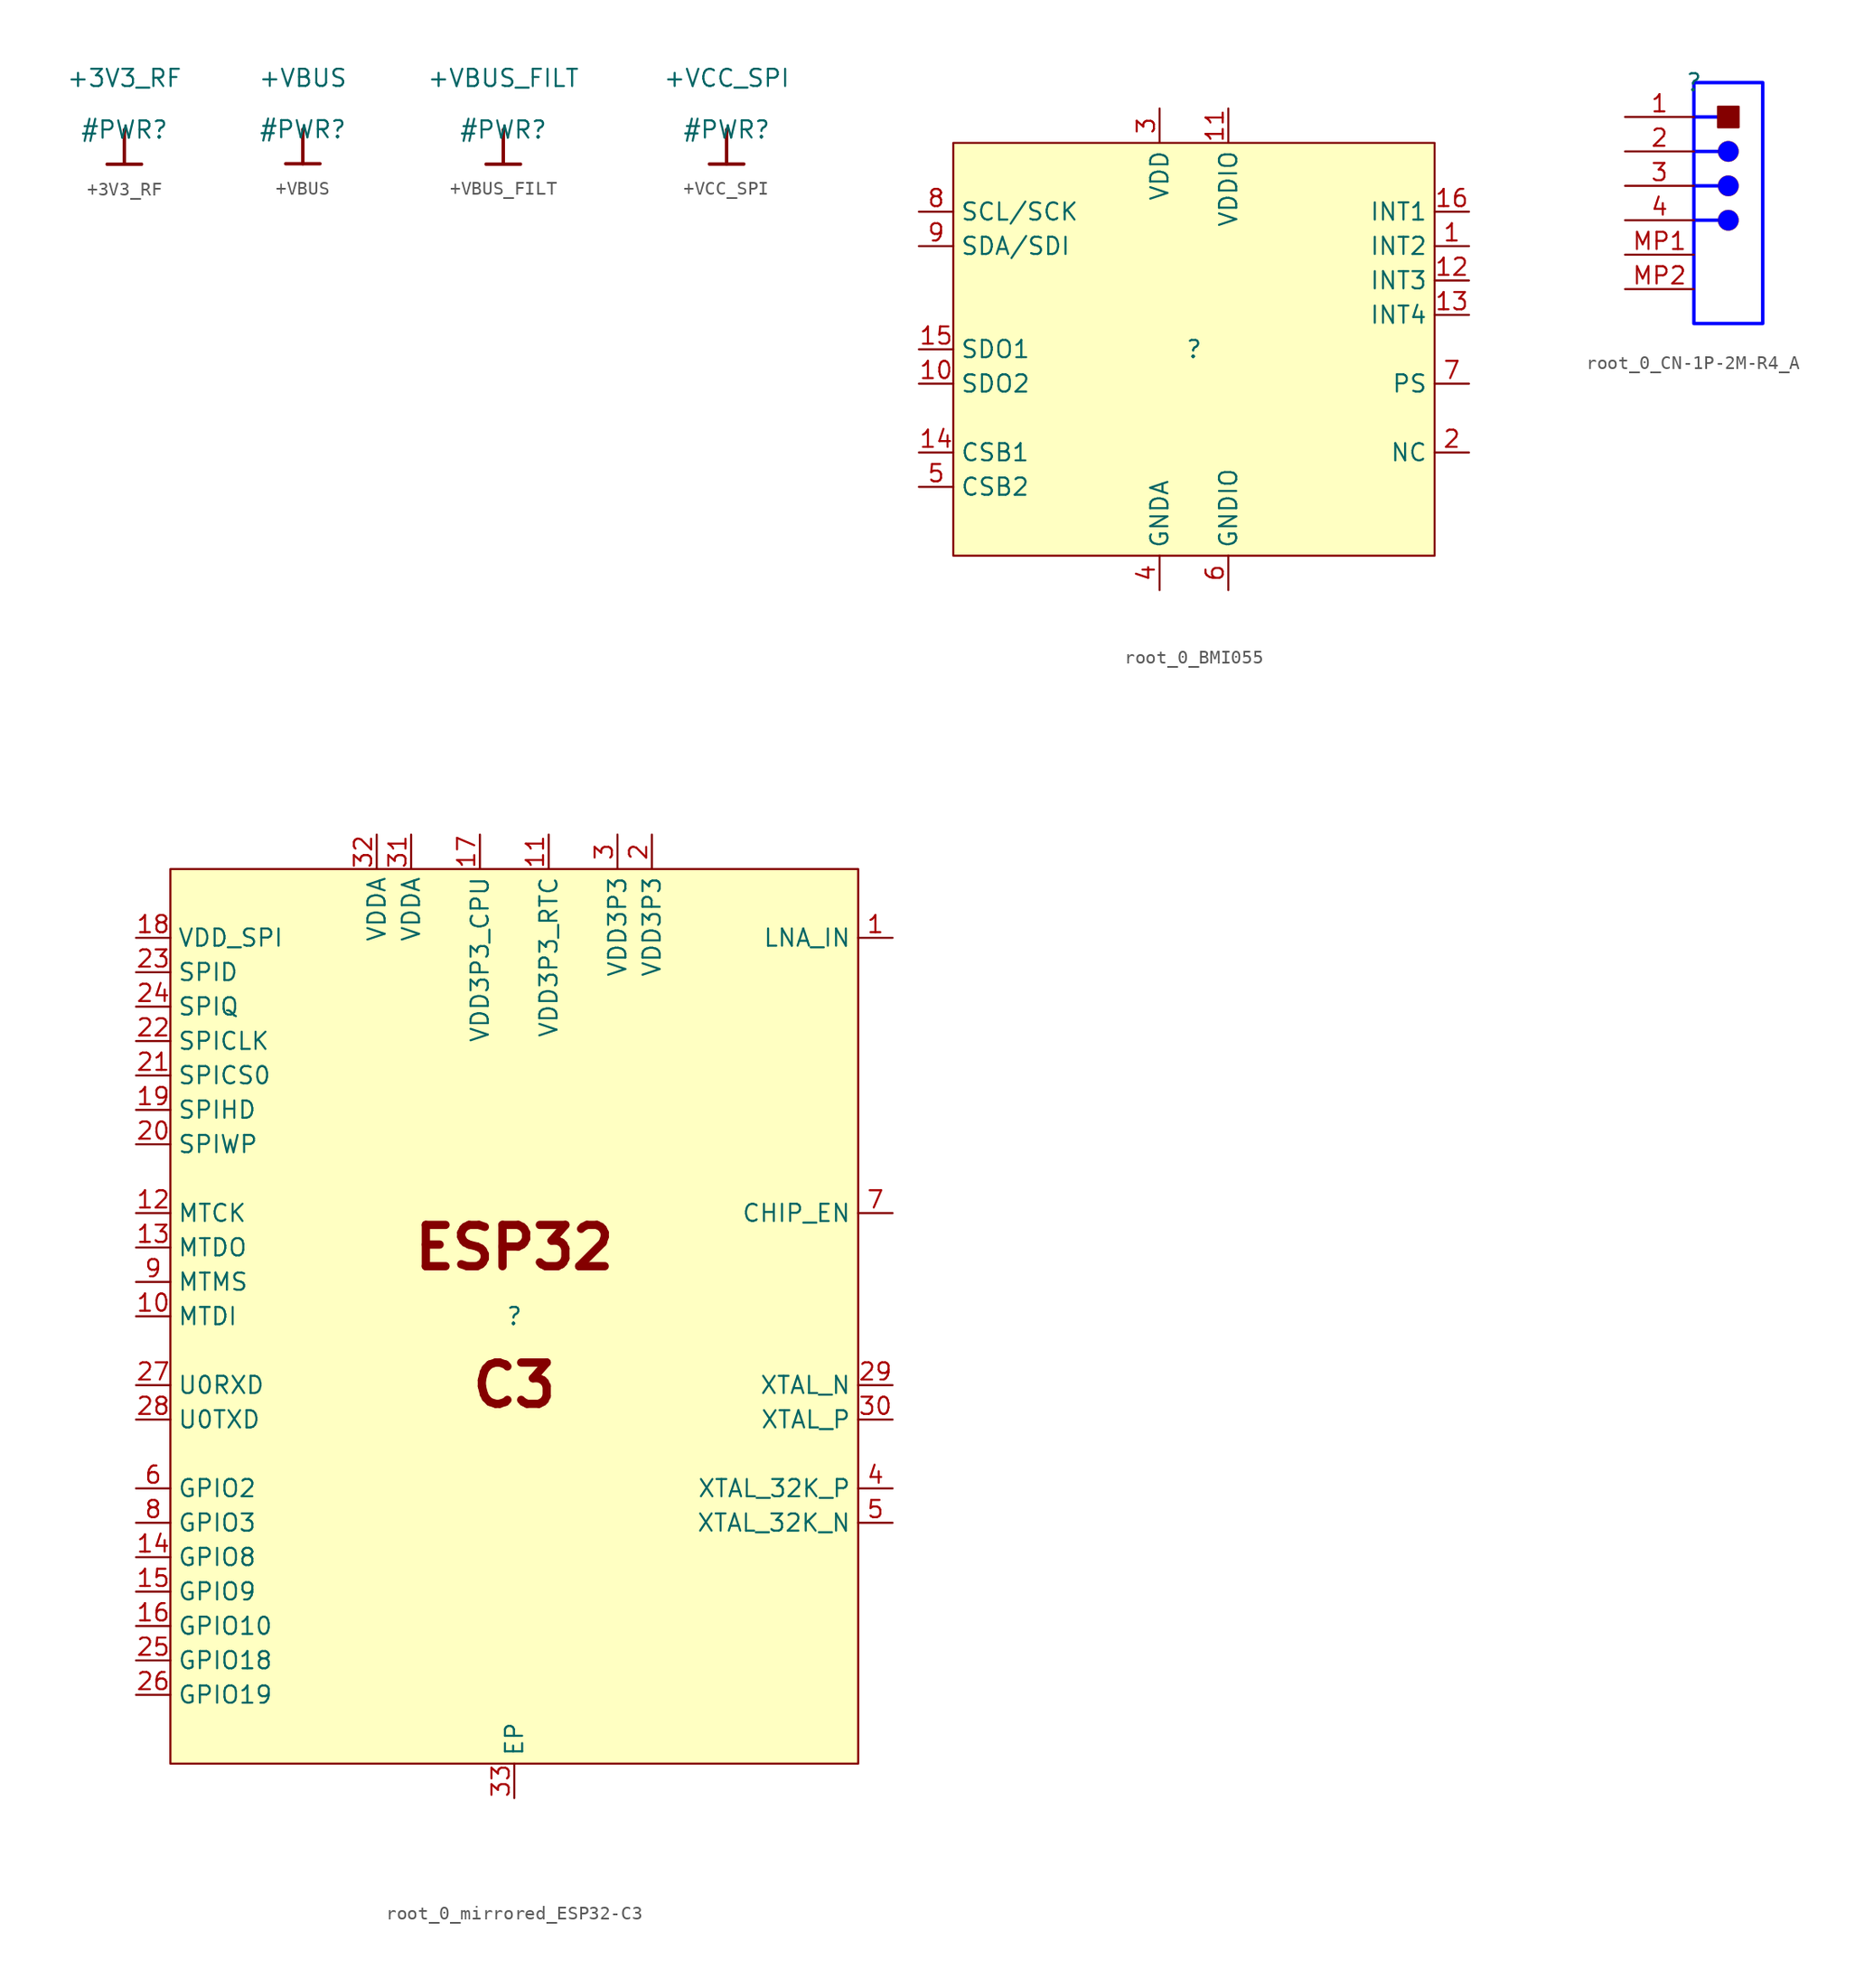
<source format=kicad_sym>
(kicad_symbol_lib
  (version 20220914)
  (generator kicad_symbol_editor)
  (symbol "+3V3_RF"
    (power)
    (property "Reference" "#PWR"
      (at 0 0 0)
      (effects (font (size 1.27 1.27))))
    (property "Value" "+3V3_RF"
      (at 0 3.81 0)
      (effects (font (size 1.27 1.27))))
    (symbol "+3V3_RF_0_0"
      (polyline (pts (xy -1.27 -2.54) (xy 1.27 -2.54)) (stroke (width 0.254) (type solid)) (fill (type none)))
      (polyline (pts (xy 0 0) (xy 0 -2.54)) (stroke (width 0.254) (type solid)) (fill (type none)))
      (pin power_in line (at 0 0 0) (length 0) hide (name "+3V3_RF" (effects (font (size 1.27 1.27)))) (number "" (effects (font (size 1.27 1.27)))))))
  (symbol "+VBUS"
    (power)
    (property "Reference" "#PWR"
      (at 0 0 0)
      (effects (font (size 1.27 1.27))))
    (property "Value" "+VBUS"
      (at 0 3.81 0)
      (effects (font (size 1.27 1.27))))
    (symbol "+VBUS_0_0"
      (polyline (pts (xy -1.27 -2.54) (xy 1.27 -2.54)) (stroke (width 0.254) (type solid)) (fill (type none)))
      (polyline (pts (xy 0 0) (xy 0 -2.54)) (stroke (width 0.254) (type solid)) (fill (type none)))
      (pin power_in line (at 0 0 0) (length 0) hide (name "+VBUS" (effects (font (size 1.27 1.27)))) (number "" (effects (font (size 1.27 1.27)))))))
  (symbol "+VBUS_FILT"
    (power)
    (property "Reference" "#PWR"
      (at 0 0 0)
      (effects (font (size 1.27 1.27))))
    (property "Value" "+VBUS_FILT"
      (at 0 3.81 0)
      (effects (font (size 1.27 1.27))))
    (symbol "+VBUS_FILT_0_0"
      (polyline (pts (xy -1.27 -2.54) (xy 1.27 -2.54)) (stroke (width 0.254) (type solid)) (fill (type none)))
      (polyline (pts (xy 0 0) (xy 0 -2.54)) (stroke (width 0.254) (type solid)) (fill (type none)))
      (pin power_in line (at 0 0 0) (length 0) hide (name "+VBUS_FILT" (effects (font (size 1.27 1.27)))) (number "" (effects (font (size 1.27 1.27)))))))
  (symbol "+VCC_SPI"
    (power)
    (property "Reference" "#PWR"
      (at 0 0 0)
      (effects (font (size 1.27 1.27))))
    (property "Value" "+VCC_SPI"
      (at 0 3.81 0)
      (effects (font (size 1.27 1.27))))
    (symbol "+VCC_SPI_0_0"
      (polyline (pts (xy -1.27 -2.54) (xy 1.27 -2.54)) (stroke (width 0.254) (type solid)) (fill (type none)))
      (polyline (pts (xy 0 0) (xy 0 -2.54)) (stroke (width 0.254) (type solid)) (fill (type none)))
      (pin power_in line (at 0 0 0) (length 0) hide (name "+VCC_SPI" (effects (font (size 1.27 1.27)))) (number "" (effects (font (size 1.27 1.27)))))))
  (symbol "root_0_BMI055"
    (property "Reference" ""
      (at 0 0 0)
      (effects (font (size 1.27 1.27))))
    (property "Value" ""
      (at 0 0 0)
      (effects (font (size 1.27 1.27))))
    (symbol "root_0_BMI055_1_0"
      (rectangle (start 17.78 15.24) (end -17.78 -15.24) (stroke (width 0) (type solid)) (fill (type background)))
      (pin bidirectional line (at 20.32 7.62 180) (length 2.54) (name "INT2" (effects (font (size 1.27 1.27)))) (number "1" (effects (font (size 1.27 1.27)))))
      (pin output line (at -20.32 -2.54 0) (length 2.54) (name "SDO2" (effects (font (size 1.27 1.27)))) (number "10" (effects (font (size 1.27 1.27)))))
      (pin power_in line (at 2.54 17.78 270) (length 2.54) (name "VDDIO" (effects (font (size 1.27 1.27)))) (number "11" (effects (font (size 1.27 1.27)))))
      (pin bidirectional line (at 20.32 5.08 180) (length 2.54) (name "INT3" (effects (font (size 1.27 1.27)))) (number "12" (effects (font (size 1.27 1.27)))))
      (pin bidirectional line (at 20.32 2.54 180) (length 2.54) (name "INT4" (effects (font (size 1.27 1.27)))) (number "13" (effects (font (size 1.27 1.27)))))
      (pin input line (at -20.32 -7.62 0) (length 2.54) (name "CSB1" (effects (font (size 1.27 1.27)))) (number "14" (effects (font (size 1.27 1.27)))))
      (pin output line (at -20.32 0 0) (length 2.54) (name "SDO1" (effects (font (size 1.27 1.27)))) (number "15" (effects (font (size 1.27 1.27)))))
      (pin bidirectional line (at 20.32 10.16 180) (length 2.54) (name "INT1" (effects (font (size 1.27 1.27)))) (number "16" (effects (font (size 1.27 1.27)))))
      (pin passive line (at 20.32 -7.62 180) (length 2.54) (name "NC" (effects (font (size 1.27 1.27)))) (number "2" (effects (font (size 1.27 1.27)))))
      (pin power_in line (at -2.54 17.78 270) (length 2.54) (name "VDD" (effects (font (size 1.27 1.27)))) (number "3" (effects (font (size 1.27 1.27)))))
      (pin power_in line (at -2.54 -17.78 90) (length 2.54) (name "GNDA" (effects (font (size 1.27 1.27)))) (number "4" (effects (font (size 1.27 1.27)))))
      (pin input line (at -20.32 -10.16 0) (length 2.54) (name "CSB2" (effects (font (size 1.27 1.27)))) (number "5" (effects (font (size 1.27 1.27)))))
      (pin power_in line (at 2.54 -17.78 90) (length 2.54) (name "GNDIO" (effects (font (size 1.27 1.27)))) (number "6" (effects (font (size 1.27 1.27)))))
      (pin input line (at 20.32 -2.54 180) (length 2.54) (name "PS" (effects (font (size 1.27 1.27)))) (number "7" (effects (font (size 1.27 1.27)))))
      (pin input line (at -20.32 10.16 0) (length 2.54) (name "SCL/SCK" (effects (font (size 1.27 1.27)))) (number "8" (effects (font (size 1.27 1.27)))))
      (pin bidirectional line (at -20.32 7.62 0) (length 2.54) (name "SDA/SDI" (effects (font (size 1.27 1.27)))) (number "9" (effects (font (size 1.27 1.27)))))))
  (symbol "root_0_CN-1P-2M-R4_A"
    (property "Reference" ""
      (at 0 0 0)
      (effects (font (size 1.27 1.27))))
    (property "Value" ""
      (at 0 0 0)
      (effects (font (size 1.27 1.27))))
    (symbol "root_0_CN-1P-2M-R4_A_1_0"
      (polyline (pts (xy 0 -10.16) (xy 1.778 -10.16)) (stroke (width 0.254) (type solid) (color 0 0 255 1)) (fill (type none)))
      (polyline (pts (xy 0 -7.62) (xy 1.778 -7.62)) (stroke (width 0.254) (type solid) (color 0 0 255 1)) (fill (type none)))
      (polyline (pts (xy 0 -5.08) (xy 1.778 -5.08)) (stroke (width 0.254) (type solid) (color 0 0 255 1)) (fill (type none)))
      (polyline (pts (xy 0 -2.54) (xy 1.778 -2.54)) (stroke (width 0.254) (type solid) (color 0 0 255 1)) (fill (type none)))
      (polyline (pts (xy 0 0) (xy 5.08 0) (xy 5.08 -17.78) (xy 0 -17.78) (xy 0 0)) (stroke (width 0.254) (type solid) (color 0 0 255 1)) (fill (type none)))
      (circle (center 2.54 -10.16) (radius 0.762) (stroke (width 0.0001) (type solid)) (fill (type color) (color 0 0 255 1)))
      (circle (center 2.54 -7.62) (radius 0.762) (stroke (width 0.0001) (type solid)) (fill (type color) (color 0 0 255 1)))
      (circle (center 2.54 -5.08) (radius 0.762) (stroke (width 0.0001) (type solid)) (fill (type color) (color 0 0 255 1)))
      (rectangle (start 3.302 -1.778) (end 1.778 -3.302) (stroke (width 0) (type solid)) (fill (type outline)))
      (pin passive line (at -5.08 -2.54 0) (length 5.08) (name "1" (effects (font (size 0 0)))) (number "1" (effects (font (size 1.27 1.27)))))
      (pin passive line (at -5.08 -5.08 0) (length 5.08) (name "2" (effects (font (size 0 0)))) (number "2" (effects (font (size 1.27 1.27)))))
      (pin passive line (at -5.08 -7.62 0) (length 5.08) (name "3" (effects (font (size 0 0)))) (number "3" (effects (font (size 1.27 1.27)))))
      (pin passive line (at -5.08 -10.16 0) (length 5.08) (name "4" (effects (font (size 0 0)))) (number "4" (effects (font (size 1.27 1.27)))))
      (pin passive line (at -5.08 -12.7 0) (length 5.08) (name "MP1" (effects (font (size 0 0)))) (number "MP1" (effects (font (size 1.27 1.27)))))
      (pin passive line (at -5.08 -15.24 0) (length 5.08) (name "MP2" (effects (font (size 0 0)))) (number "MP2" (effects (font (size 1.27 1.27)))))))
  (symbol "root_0_mirrored_ESP32-C3"
    (property "Reference" ""
      (at 0 0 0)
      (effects (font (size 1.27 1.27))))
    (property "Value" ""
      (at 0 0 0)
      (effects (font (size 1.27 1.27))))
    (symbol "root_0_mirrored_ESP32-C3_1_0"
      (rectangle (start 25.4 33.02) (end -25.4 -33.02) (stroke (width 0) (type solid)) (fill (type background)))
      (text "C3" (at 0 -5.08 0) (effects (font (size 3.048 3.048) bold)))
      (text "ESP32" (at 0 5.08 0) (effects (font (size 3.048 3.048) bold)))
      (pin bidirectional line (at 27.94 27.94 180) (length 2.54) (name "LNA_IN" (effects (font (size 1.27 1.27)))) (number "1" (effects (font (size 1.27 1.27)))))
      (pin bidirectional line (at -27.94 0 0) (length 2.54) (name "MTDI" (effects (font (size 1.27 1.27)))) (number "10" (effects (font (size 1.27 1.27)))))
      (pin power_in line (at 2.54 35.56 270) (length 2.54) (name "VDD3P3_RTC" (effects (font (size 1.27 1.27)))) (number "11" (effects (font (size 1.27 1.27)))))
      (pin bidirectional line (at -27.94 7.62 0) (length 2.54) (name "MTCK" (effects (font (size 1.27 1.27)))) (number "12" (effects (font (size 1.27 1.27)))))
      (pin bidirectional line (at -27.94 5.08 0) (length 2.54) (name "MTDO" (effects (font (size 1.27 1.27)))) (number "13" (effects (font (size 1.27 1.27)))))
      (pin bidirectional line (at -27.94 -17.78 0) (length 2.54) (name "GPIO8" (effects (font (size 1.27 1.27)))) (number "14" (effects (font (size 1.27 1.27)))))
      (pin bidirectional line (at -27.94 -20.32 0) (length 2.54) (name "GPIO9" (effects (font (size 1.27 1.27)))) (number "15" (effects (font (size 1.27 1.27)))))
      (pin bidirectional line (at -27.94 -22.86 0) (length 2.54) (name "GPIO10" (effects (font (size 1.27 1.27)))) (number "16" (effects (font (size 1.27 1.27)))))
      (pin power_in line (at -2.54 35.56 270) (length 2.54) (name "VDD3P3_CPU" (effects (font (size 1.27 1.27)))) (number "17" (effects (font (size 1.27 1.27)))))
      (pin power_in line (at -27.94 27.94 0) (length 2.54) (name "VDD_SPI" (effects (font (size 1.27 1.27)))) (number "18" (effects (font (size 1.27 1.27)))))
      (pin bidirectional line (at -27.94 15.24 0) (length 2.54) (name "SPIHD" (effects (font (size 1.27 1.27)))) (number "19" (effects (font (size 1.27 1.27)))))
      (pin power_in line (at 10.16 35.56 270) (length 2.54) (name "VDD3P3" (effects (font (size 1.27 1.27)))) (number "2" (effects (font (size 1.27 1.27)))))
      (pin bidirectional line (at -27.94 12.7 0) (length 2.54) (name "SPIWP" (effects (font (size 1.27 1.27)))) (number "20" (effects (font (size 1.27 1.27)))))
      (pin bidirectional line (at -27.94 17.78 0) (length 2.54) (name "SPICS0" (effects (font (size 1.27 1.27)))) (number "21" (effects (font (size 1.27 1.27)))))
      (pin bidirectional line (at -27.94 20.32 0) (length 2.54) (name "SPICLK" (effects (font (size 1.27 1.27)))) (number "22" (effects (font (size 1.27 1.27)))))
      (pin bidirectional line (at -27.94 25.4 0) (length 2.54) (name "SPID" (effects (font (size 1.27 1.27)))) (number "23" (effects (font (size 1.27 1.27)))))
      (pin bidirectional line (at -27.94 22.86 0) (length 2.54) (name "SPIQ" (effects (font (size 1.27 1.27)))) (number "24" (effects (font (size 1.27 1.27)))))
      (pin bidirectional line (at -27.94 -25.4 0) (length 2.54) (name "GPIO18" (effects (font (size 1.27 1.27)))) (number "25" (effects (font (size 1.27 1.27)))))
      (pin bidirectional line (at -27.94 -27.94 0) (length 2.54) (name "GPIO19" (effects (font (size 1.27 1.27)))) (number "26" (effects (font (size 1.27 1.27)))))
      (pin bidirectional line (at -27.94 -5.08 0) (length 2.54) (name "U0RXD" (effects (font (size 1.27 1.27)))) (number "27" (effects (font (size 1.27 1.27)))))
      (pin bidirectional line (at -27.94 -7.62 0) (length 2.54) (name "U0TXD" (effects (font (size 1.27 1.27)))) (number "28" (effects (font (size 1.27 1.27)))))
      (pin input line (at 27.94 -5.08 180) (length 2.54) (name "XTAL_N" (effects (font (size 1.27 1.27)))) (number "29" (effects (font (size 1.27 1.27)))))
      (pin power_in line (at 7.62 35.56 270) (length 2.54) (name "VDD3P3" (effects (font (size 1.27 1.27)))) (number "3" (effects (font (size 1.27 1.27)))))
      (pin input line (at 27.94 -7.62 180) (length 2.54) (name "XTAL_P" (effects (font (size 1.27 1.27)))) (number "30" (effects (font (size 1.27 1.27)))))
      (pin power_in line (at -7.62 35.56 270) (length 2.54) (name "VDDA" (effects (font (size 1.27 1.27)))) (number "31" (effects (font (size 1.27 1.27)))))
      (pin power_in line (at -10.16 35.56 270) (length 2.54) (name "VDDA" (effects (font (size 1.27 1.27)))) (number "32" (effects (font (size 1.27 1.27)))))
      (pin power_in line (at 0 -35.56 90) (length 2.54) (name "EP" (effects (font (size 1.27 1.27)))) (number "33" (effects (font (size 1.27 1.27)))))
      (pin bidirectional line (at 27.94 -12.7 180) (length 2.54) (name "XTAL_32K_P" (effects (font (size 1.27 1.27)))) (number "4" (effects (font (size 1.27 1.27)))))
      (pin bidirectional line (at 27.94 -15.24 180) (length 2.54) (name "XTAL_32K_N" (effects (font (size 1.27 1.27)))) (number "5" (effects (font (size 1.27 1.27)))))
      (pin bidirectional line (at -27.94 -12.7 0) (length 2.54) (name "GPIO2" (effects (font (size 1.27 1.27)))) (number "6" (effects (font (size 1.27 1.27)))))
      (pin input line (at 27.94 7.62 180) (length 2.54) (name "CHIP_EN" (effects (font (size 1.27 1.27)))) (number "7" (effects (font (size 1.27 1.27)))))
      (pin bidirectional line (at -27.94 -15.24 0) (length 2.54) (name "GPIO3" (effects (font (size 1.27 1.27)))) (number "8" (effects (font (size 1.27 1.27)))))
      (pin bidirectional line (at -27.94 2.54 0) (length 2.54) (name "MTMS" (effects (font (size 1.27 1.27)))) (number "9" (effects (font (size 1.27 1.27))))))))
</source>
